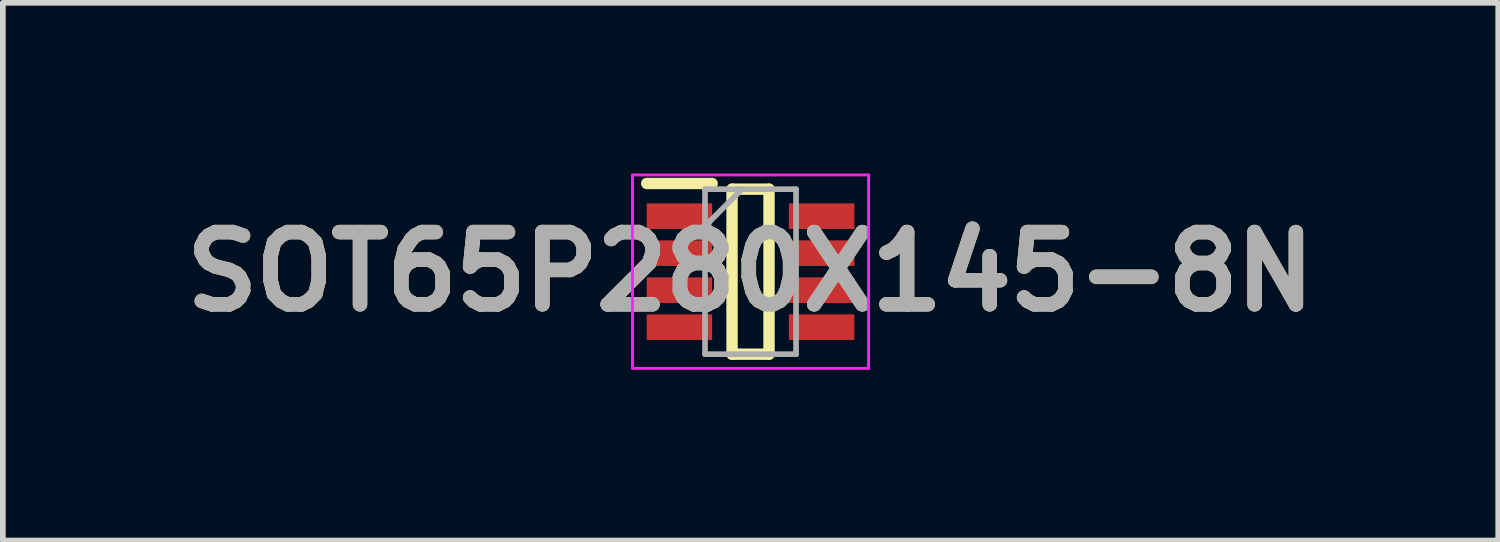
<source format=kicad_pcb>
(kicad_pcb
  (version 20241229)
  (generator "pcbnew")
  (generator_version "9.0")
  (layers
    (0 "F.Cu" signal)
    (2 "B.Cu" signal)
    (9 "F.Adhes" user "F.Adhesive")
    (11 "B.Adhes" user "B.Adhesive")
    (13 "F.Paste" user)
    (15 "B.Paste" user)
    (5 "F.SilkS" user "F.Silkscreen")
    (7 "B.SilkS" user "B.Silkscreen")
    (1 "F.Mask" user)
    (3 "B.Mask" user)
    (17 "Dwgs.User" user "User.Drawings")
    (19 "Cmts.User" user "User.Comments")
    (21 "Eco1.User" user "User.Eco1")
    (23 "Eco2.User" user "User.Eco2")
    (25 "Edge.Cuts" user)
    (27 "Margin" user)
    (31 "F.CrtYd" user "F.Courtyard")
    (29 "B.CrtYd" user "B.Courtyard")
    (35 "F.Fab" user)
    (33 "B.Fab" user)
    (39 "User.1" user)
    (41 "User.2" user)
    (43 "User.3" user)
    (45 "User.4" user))
  (footprint "SOT65P280X145-8N"
    (layer "F.Cu")
    (at 10.142 1.725)
    (property "Reference" "SOT65P280X145-8N" (at 0 0 0) (layer "F.SilkS") (effects (font (size 1.27 1.27) (thickness 0.254))))
    (attr smd)
    (fp_line (start -1.825 -1.55) (end -0.675 -1.55) (stroke (width 0.2) (type solid)) (layer "F.SilkS"))
    (fp_line (start -0.325 -1.45) (end 0.325 -1.45) (stroke (width 0.2) (type solid)) (layer "F.SilkS"))
    (fp_line (start -0.325 1.45) (end -0.325 -1.45) (stroke (width 0.2) (type solid)) (layer "F.SilkS"))
    (fp_line (start 0.325 -1.45) (end 0.325 1.45) (stroke (width 0.2) (type solid)) (layer "F.SilkS"))
    (fp_line (start 0.325 1.45) (end -0.325 1.45) (stroke (width 0.2) (type solid)) (layer "F.SilkS"))
    (fp_line (start -2.075 -1.7) (end 2.075 -1.7) (stroke (width 0.05) (type solid)) (layer "F.CrtYd"))
    (fp_line (start -2.075 1.7) (end -2.075 -1.7) (stroke (width 0.05) (type solid)) (layer "F.CrtYd"))
    (fp_line (start 2.075 -1.7) (end 2.075 1.7) (stroke (width 0.05) (type solid)) (layer "F.CrtYd"))
    (fp_line (start 2.075 1.7) (end -2.075 1.7) (stroke (width 0.05) (type solid)) (layer "F.CrtYd"))
    (fp_line (start -0.8 -1.45) (end 0.8 -1.45) (stroke (width 0.1) (type solid)) (layer "F.Fab"))
    (fp_line (start -0.8 -0.8) (end -0.15 -1.45) (stroke (width 0.1) (type solid)) (layer "F.Fab"))
    (fp_line (start -0.8 1.45) (end -0.8 -1.45) (stroke (width 0.1) (type solid)) (layer "F.Fab"))
    (fp_line (start 0.8 -1.45) (end 0.8 1.45) (stroke (width 0.1) (type solid)) (layer "F.Fab"))
    (fp_line (start 0.8 1.45) (end -0.8 1.45) (stroke (width 0.1) (type solid)) (layer "F.Fab"))
    (fp_text user "${REFERENCE}" (at 0 0 0) (layer "F.Fab") (effects (font (size 1.27 1.27) (thickness 0.254))))
    (pad "1" smd rect (at -1.25 -0.975 90) (size 0.45 1.15) (layers "F.Cu" "F.Mask" "F.Paste"))
    (pad "2" smd rect (at -1.25 -0.325 90) (size 0.45 1.15) (layers "F.Cu" "F.Mask" "F.Paste"))
    (pad "3" smd rect (at -1.25 0.325 90) (size 0.45 1.15) (layers "F.Cu" "F.Mask" "F.Paste"))
    (pad "4" smd rect (at -1.25 0.975 90) (size 0.45 1.15) (layers "F.Cu" "F.Mask" "F.Paste"))
    (pad "5" smd rect (at 1.25 0.975 90) (size 0.45 1.15) (layers "F.Cu" "F.Mask" "F.Paste"))
    (pad "6" smd rect (at 1.25 0.325 90) (size 0.45 1.15) (layers "F.Cu" "F.Mask" "F.Paste"))
    (pad "7" smd rect (at 1.25 -0.325 90) (size 0.45 1.15) (layers "F.Cu" "F.Mask" "F.Paste"))
    (pad "8" smd rect (at 1.25 -0.975 90) (size 0.45 1.15) (layers "F.Cu" "F.Mask" "F.Paste")))
  (gr_rect
    (start -3 -3)
    (end 23.284 6.45)
    (stroke (width 0.1) (type default))
    (fill no)
    (layer "Edge.Cuts")))
</source>
